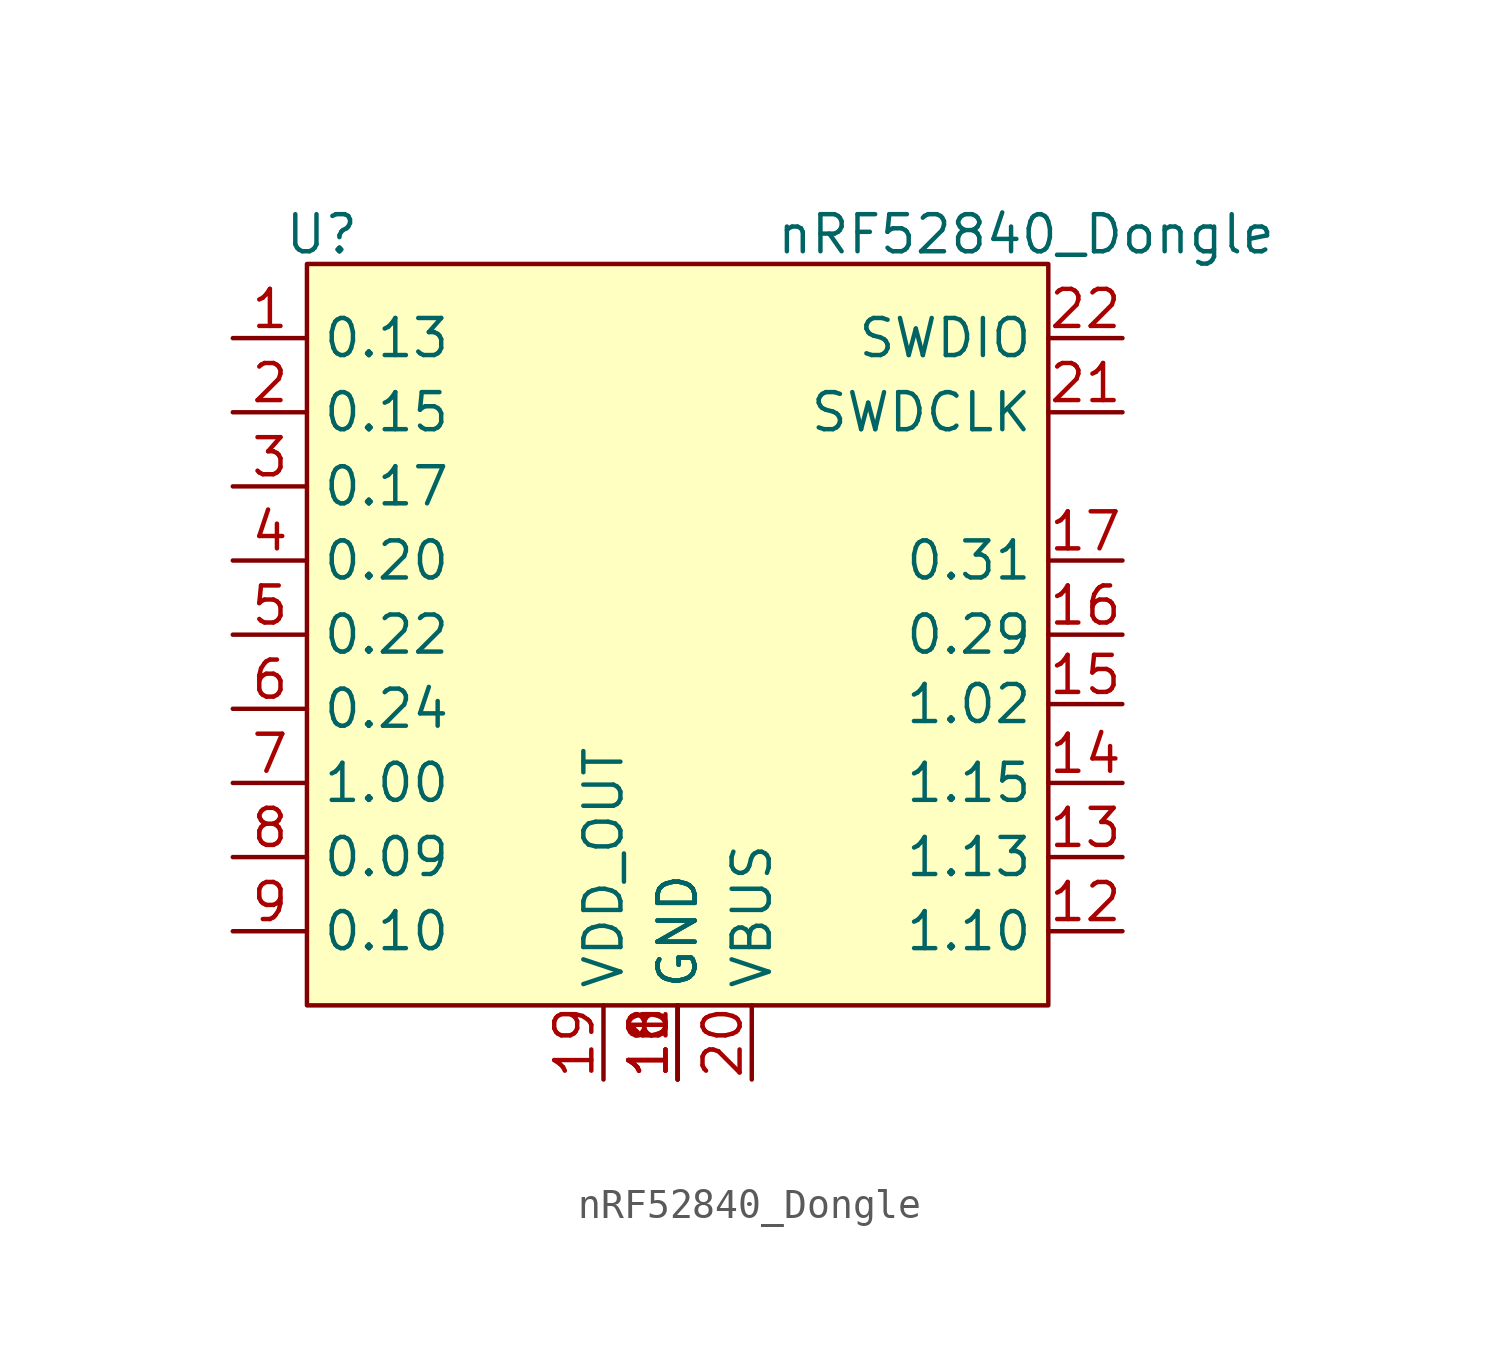
<source format=kicad_sym>
(kicad_symbol_lib
  (version 20231120)
  (generator "kicad_symbol_editor")
  (generator_version "8.0")
  (symbol "nRF52840_Dongle"
    (property "Reference" "U"
      (at -12.192 13.716 0)
      (effects (font (size 1.27 1.27))))
    (property "Value" "nRF52840_Dongle"
      (at 11.938 13.716 0)
      (effects (font (size 1.27 1.27))))
    (symbol "nRF52840_Dongle_1_1"
      (rectangle (start -12.7 12.7) (end 12.7 -12.7) (stroke (width 0) (type default)) (fill (type background)))
      (pin bidirectional line (at -15.24 10.16 0) (length 2.54) (name "0.13" (effects (font (size 1.27 1.27)))) (number "1" (effects (font (size 1.27 1.27)))))
      (pin power_in line (at 0 -15.24 90) (length 2.54) (name "GND" (effects (font (size 1.27 1.27)))) (number "10" (effects (font (size 1.27 1.27)))))
      (pin power_in line (at 0 -15.24 90) (length 2.54) (name "GND" (effects (font (size 1.27 1.27)))) (number "11" (effects (font (size 1.27 1.27)))))
      (pin bidirectional line (at 15.24 -10.16 180) (length 2.54) (name "1.10" (effects (font (size 1.27 1.27)))) (number "12" (effects (font (size 1.27 1.27)))))
      (pin bidirectional line (at 15.24 -7.62 180) (length 2.54) (name "1.13" (effects (font (size 1.27 1.27)))) (number "13" (effects (font (size 1.27 1.27)))))
      (pin bidirectional line (at 15.24 -5.08 180) (length 2.54) (name "1.15" (effects (font (size 1.27 1.27)))) (number "14" (effects (font (size 1.27 1.27)))))
      (pin bidirectional line (at 15.236 -2.378 180) (length 2.54) (name "1.02" (effects (font (size 1.27 1.27)))) (number "15" (effects (font (size 1.27 1.27)))))
      (pin bidirectional line (at 15.24 0 180) (length 2.54) (name "0.29" (effects (font (size 1.27 1.27)))) (number "16" (effects (font (size 1.27 1.27)))))
      (pin bidirectional line (at 15.24 2.54 180) (length 2.54) (name "0.31" (effects (font (size 1.27 1.27)))) (number "17" (effects (font (size 1.27 1.27)))))
      (pin power_in line (at 0 -15.24 90) (length 2.54) (name "GND" (effects (font (size 1.27 1.27)))) (number "18" (effects (font (size 1.27 1.27)))))
      (pin power_out line (at -2.54 -15.24 90) (length 2.54) (name "VDD_OUT" (effects (font (size 1.27 1.27)))) (number "19" (effects (font (size 1.27 1.27)))))
      (pin bidirectional line (at -15.24 7.62 0) (length 2.54) (name "0.15" (effects (font (size 1.27 1.27)))) (number "2" (effects (font (size 1.27 1.27)))))
      (pin power_in line (at 2.54 -15.24 90) (length 2.54) (name "VBUS" (effects (font (size 1.27 1.27)))) (number "20" (effects (font (size 1.27 1.27)))))
      (pin bidirectional line (at 15.24 7.62 180) (length 2.54) (name "SWDCLK" (effects (font (size 1.27 1.27)))) (number "21" (effects (font (size 1.27 1.27)))))
      (pin bidirectional line (at 15.24 10.16 180) (length 2.54) (name "SWDIO" (effects (font (size 1.27 1.27)))) (number "22" (effects (font (size 1.27 1.27)))))
      (pin bidirectional line (at -15.24 5.08 0) (length 2.54) (name "0.17" (effects (font (size 1.27 1.27)))) (number "3" (effects (font (size 1.27 1.27)))))
      (pin bidirectional line (at -15.24 2.54 0) (length 2.54) (name "0.20" (effects (font (size 1.27 1.27)))) (number "4" (effects (font (size 1.27 1.27)))))
      (pin bidirectional line (at -15.24 0 0) (length 2.54) (name "0.22" (effects (font (size 1.27 1.27)))) (number "5" (effects (font (size 1.27 1.27)))))
      (pin bidirectional line (at -15.24 -2.54 0) (length 2.54) (name "0.24" (effects (font (size 1.27 1.27)))) (number "6" (effects (font (size 1.27 1.27)))))
      (pin bidirectional line (at -15.24 -5.08 0) (length 2.54) (name "1.00" (effects (font (size 1.27 1.27)))) (number "7" (effects (font (size 1.27 1.27)))))
      (pin bidirectional line (at -15.24 -7.62 0) (length 2.54) (name "0.09" (effects (font (size 1.27 1.27)))) (number "8" (effects (font (size 1.27 1.27)))))
      (pin bidirectional line (at -15.24 -10.16 0) (length 2.54) (name "0.10" (effects (font (size 1.27 1.27)))) (number "9" (effects (font (size 1.27 1.27))))))))
</source>
